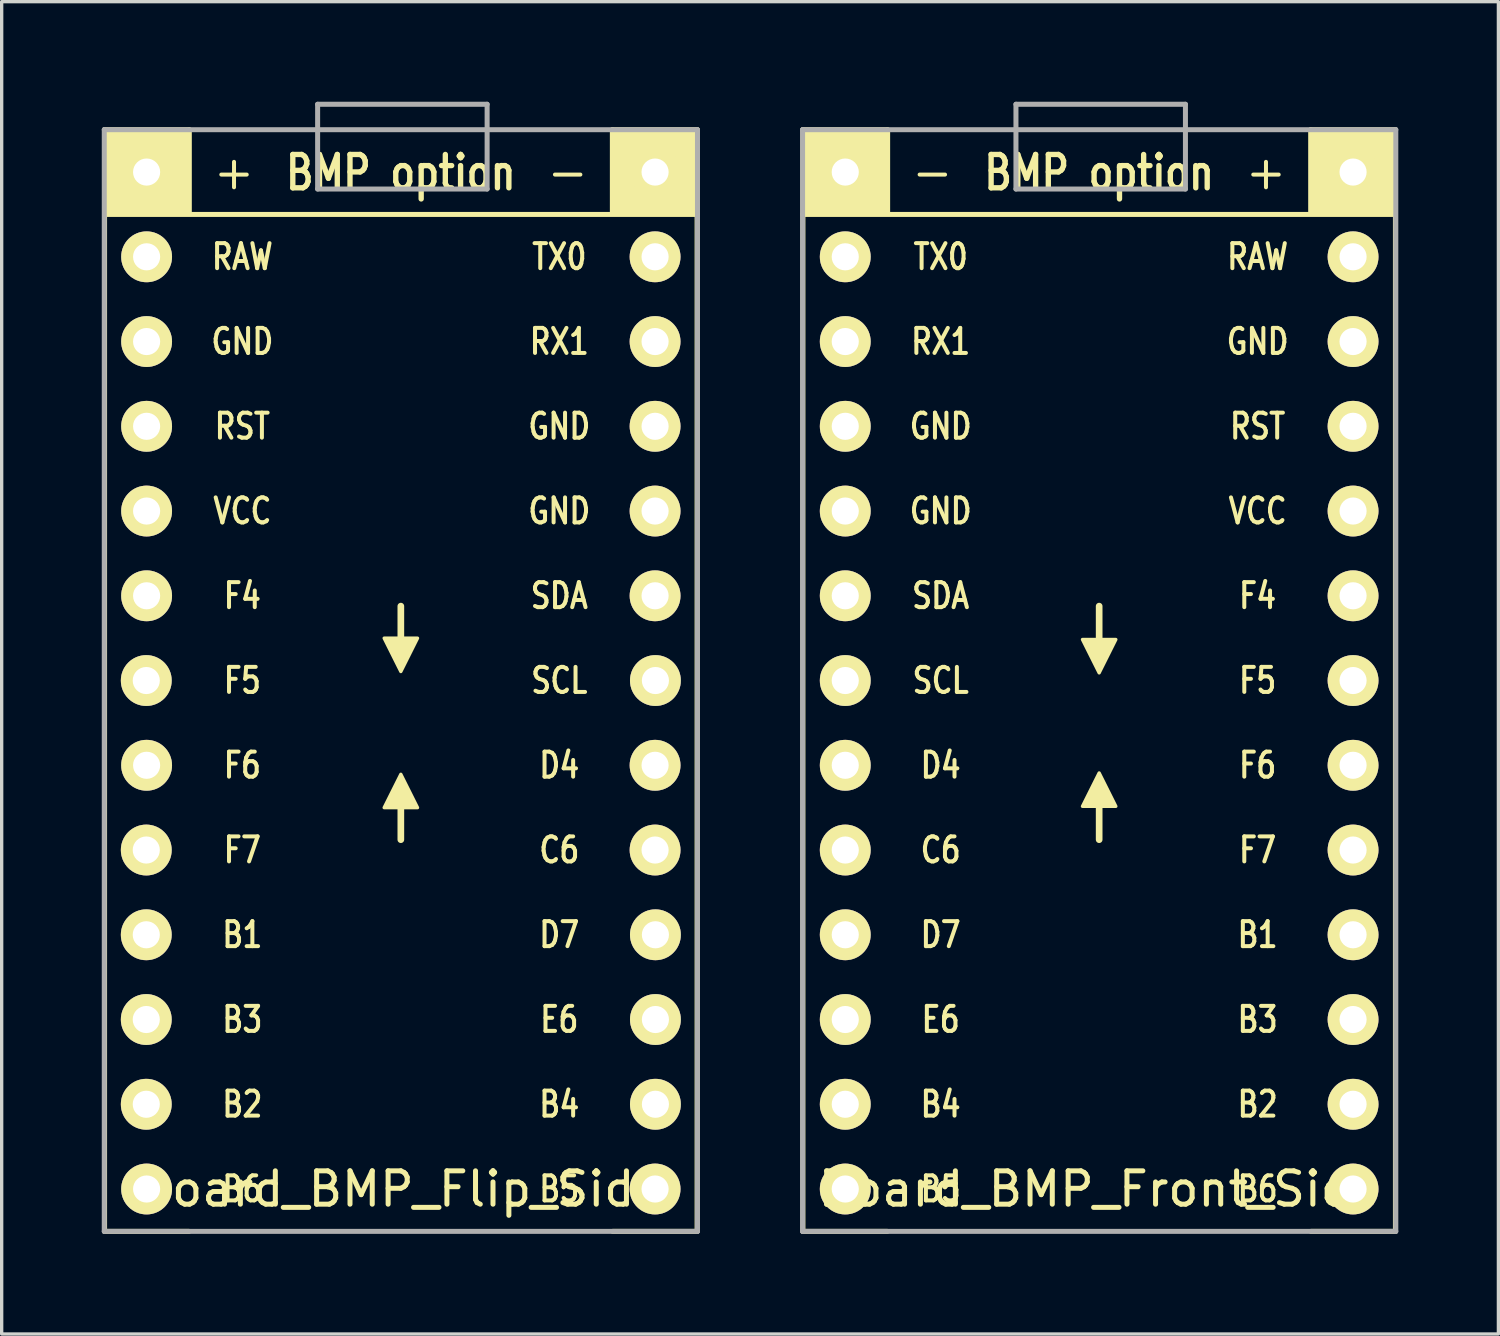
<source format=kicad_pcb>
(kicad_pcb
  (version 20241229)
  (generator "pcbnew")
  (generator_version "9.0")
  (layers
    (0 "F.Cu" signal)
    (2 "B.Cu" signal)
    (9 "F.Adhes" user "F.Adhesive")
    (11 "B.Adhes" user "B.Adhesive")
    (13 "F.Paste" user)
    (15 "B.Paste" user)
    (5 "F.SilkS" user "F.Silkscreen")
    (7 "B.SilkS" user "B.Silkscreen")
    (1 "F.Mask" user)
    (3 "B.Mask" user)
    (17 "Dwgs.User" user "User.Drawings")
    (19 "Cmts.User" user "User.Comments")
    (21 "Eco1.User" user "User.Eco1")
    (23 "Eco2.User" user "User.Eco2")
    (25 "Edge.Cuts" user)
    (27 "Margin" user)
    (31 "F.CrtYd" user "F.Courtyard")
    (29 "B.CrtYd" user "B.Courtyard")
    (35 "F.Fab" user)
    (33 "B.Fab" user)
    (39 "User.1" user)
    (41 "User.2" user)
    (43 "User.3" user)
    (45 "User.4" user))
  (footprint "Board_BMP_Flip_Side"
    (layer "F.Cu")
    (at 8.964 17.347)
    (property "Reference" "Board_BMP_Flip_Side" (at 0 15.24 0) (layer "F.SilkS") (effects (font (size 1 1) (thickness 0.15))))
    (attr through_hole)
    (fp_line (start -8.88 -16.51) (end -8.88 16.51) (stroke (width 0.15) (type solid)) (layer "F.SilkS"))
    (fp_line (start -8.88 16.51) (end -6.35 16.51) (stroke (width 0.15) (type solid)) (layer "F.SilkS"))
    (fp_line (start -6.35 -16.51) (end -8.88 -16.51) (stroke (width 0.15) (type solid)) (layer "F.SilkS"))
    (fp_line (start -6.34 -16.51) (end -6.34 -14.01) (stroke (width 0.15) (type solid)) (layer "F.SilkS"))
    (fp_line (start 0 -1.23) (end 0 -2.23) (stroke (width 0.2) (type solid)) (layer "F.SilkS"))
    (fp_line (start 0 3.77) (end 0 4.77) (stroke (width 0.2) (type solid)) (layer "F.SilkS"))
    (fp_line (start 6.34 -16.51) (end 6.34 -14.01) (stroke (width 0.15) (type solid)) (layer "F.SilkS"))
    (fp_line (start 6.35 16.51) (end 8.88 16.51) (stroke (width 0.15) (type solid)) (layer "F.SilkS"))
    (fp_line (start 8.88 -16.51) (end 6.34 -16.51) (stroke (width 0.15) (type solid)) (layer "F.SilkS"))
    (fp_line (start 8.88 16.51) (end 8.88 -16.51) (stroke (width 0.15) (type solid)) (layer "F.SilkS"))
    (fp_line (start 8.89 -13.97) (end -8.87 -13.97) (stroke (width 0.15) (type solid)) (layer "F.SilkS"))
    (fp_poly (pts (xy 0 -0.27) (xy 0.5 -1.27) (xy -0.5 -1.27)) (stroke (width 0.1) (type solid)) (fill yes) (layer "F.SilkS"))
    (fp_poly (pts (xy 0 2.81) (xy -0.5 3.81) (xy 0.5 3.81)) (stroke (width 0.1) (type solid)) (fill yes) (layer "F.SilkS"))
    (fp_poly (pts (xy -6.34 -14.01) (xy -8.88 -14.01) (xy -8.88 -16.51) (xy -6.34 -16.51)) (stroke (width 0.1) (type solid)) (fill yes) (layer "F.SilkS"))
    (fp_poly (pts (xy 8.84 -14.01) (xy 6.34 -14.01) (xy 6.34 -16.51) (xy 8.84 -16.51)) (stroke (width 0.1) (type solid)) (fill yes) (layer "F.SilkS"))
    (fp_line (start -8.889 -16.51) (end -8.889 16.51) (stroke (width 0.15) (type solid)) (layer "F.Fab"))
    (fp_line (start -8.889 16.51) (end 8.891 16.51) (stroke (width 0.15) (type solid)) (layer "F.Fab"))
    (fp_line (start -2.494 -17.272) (end 2.586 -17.272) (stroke (width 0.15) (type solid)) (layer "F.Fab"))
    (fp_line (start -2.494 -14.732) (end -2.494 -17.272) (stroke (width 0.15) (type solid)) (layer "F.Fab"))
    (fp_line (start 2.586 -17.272) (end 2.586 -14.732) (stroke (width 0.15) (type solid)) (layer "F.Fab"))
    (fp_line (start 2.586 -14.732) (end -2.494 -14.732) (stroke (width 0.15) (type solid)) (layer "F.Fab"))
    (fp_line (start 8.891 -16.51) (end -8.889 -16.51) (stroke (width 0.15) (type solid)) (layer "F.Fab"))
    (fp_line (start 8.891 16.51) (end 8.891 -16.51) (stroke (width 0.15) (type solid)) (layer "F.Fab"))
    (fp_text user "F4" (at -4.75 -2.54 0) (layer "F.SilkS") (effects (font (size 0.75 0.6) (thickness 0.12))))
    (fp_text user "RX1" (at 4.75 -10.16 0) (layer "F.SilkS") (effects (font (size 0.75 0.6) (thickness 0.12))))
    (fp_text user "B5" (at 4.75 15.24 0) (layer "F.SilkS") (effects (font (size 0.75 0.6) (thickness 0.12))))
    (fp_text user "F6" (at -4.75 2.54 0) (layer "F.SilkS") (effects (font (size 0.75 0.6) (thickness 0.12))))
    (fp_text user "E6" (at 4.75 10.16 0) (layer "F.SilkS") (effects (font (size 0.75 0.6) (thickness 0.12))))
    (fp_text user "BMP option" (at 0 -15.222 0) (unlocked yes) (layer "F.SilkS") (effects (font (size 1 0.8) (thickness 0.16))))
    (fp_text user "D4" (at 4.75 2.54 0) (layer "F.SilkS") (effects (font (size 0.75 0.6) (thickness 0.12))))
    (fp_text user "VCC" (at -4.75 -5.08 0) (layer "F.SilkS") (effects (font (size 0.75 0.6) (thickness 0.12))))
    (fp_text user "B4" (at 4.75 12.7 0) (layer "F.SilkS") (effects (font (size 0.75 0.6) (thickness 0.12))))
    (fp_text user "GND" (at -4.75 -10.16 0) (layer "F.SilkS") (effects (font (size 0.75 0.6) (thickness 0.12))))
    (fp_text user "GND" (at 4.75 -7.62 0) (layer "F.SilkS") (effects (font (size 0.75 0.6) (thickness 0.12))))
    (fp_text user "SCL" (at 4.75 0 0) (layer "F.SilkS") (effects (font (size 0.75 0.6) (thickness 0.12))))
    (fp_text user "RAW" (at -4.75 -12.7 0) (layer "F.SilkS") (effects (font (size 0.75 0.6) (thickness 0.12))))
    (fp_text user "RST" (at -4.75 -7.62 0) (layer "F.SilkS") (effects (font (size 0.75 0.6) (thickness 0.12))))
    (fp_text user "B3" (at -4.75 10.16 0) (layer "F.SilkS") (effects (font (size 0.75 0.6) (thickness 0.12))))
    (fp_text user "B1" (at -4.75 7.62 0) (layer "F.SilkS") (effects (font (size 0.75 0.6) (thickness 0.12))))
    (fp_text user "C6" (at 4.75 5.08 0) (layer "F.SilkS") (effects (font (size 0.75 0.6) (thickness 0.12))))
    (fp_text user "+" (at -5 -15.24 0) (layer "F.SilkS") (effects (font (size 1 1) (thickness 0.12))))
    (fp_text user "SDA" (at 4.75 -2.54 0) (layer "F.SilkS") (effects (font (size 0.75 0.6) (thickness 0.12))))
    (fp_text user "D7" (at 4.75 7.62 0) (layer "F.SilkS") (effects (font (size 0.75 0.6) (thickness 0.12))))
    (fp_text user "-" (at 5 -15.24 0) (layer "F.SilkS") (effects (font (size 1 1) (thickness 0.12))))
    (fp_text user "GND" (at 4.75 -5.08 0) (layer "F.SilkS") (effects (font (size 0.75 0.6) (thickness 0.12))))
    (fp_text user "B2" (at -4.75 12.7 0) (layer "F.SilkS") (effects (font (size 0.75 0.6) (thickness 0.12))))
    (fp_text user "TX0" (at 4.75 -12.7 0) (layer "F.SilkS") (effects (font (size 0.75 0.6) (thickness 0.12))))
    (fp_text user "F5" (at -4.75 0 0) (layer "F.SilkS") (effects (font (size 0.75 0.6) (thickness 0.12))))
    (fp_text user "B6" (at -4.75 15.24 0) (layer "F.SilkS") (effects (font (size 0.75 0.6) (thickness 0.12))))
    (fp_text user "F7" (at -4.75 5.08 0) (layer "F.SilkS") (effects (font (size 0.75 0.6) (thickness 0.12))))
    (pad "1" thru_hole circle (at 7.62 -12.7 90) (size 1.524 1.524) (drill 0.813) (layers "*.Cu" "*.Mask" "F.SilkS"))
    (pad "2" thru_hole circle (at 7.62 -10.16) (size 1.524 1.524) (drill 0.813) (layers "*.Cu" "*.Mask" "F.SilkS"))
    (pad "3" thru_hole circle (at 7.62 -7.62) (size 1.524 1.524) (drill 0.813) (layers "*.Cu" "*.Mask" "F.SilkS"))
    (pad "4" thru_hole circle (at 7.62 -5.08) (size 1.524 1.524) (drill 0.813) (layers "*.Cu" "*.Mask" "F.SilkS"))
    (pad "5" thru_hole circle (at 7.62 -2.54) (size 1.524 1.524) (drill 0.813) (layers "*.Cu" "*.Mask" "F.SilkS"))
    (pad "6" thru_hole circle (at 7.63 0) (size 1.524 1.524) (drill 0.813) (layers "*.Cu" "*.Mask" "F.SilkS"))
    (pad "7" thru_hole circle (at 7.62 2.54) (size 1.524 1.524) (drill 0.813) (layers "*.Cu" "*.Mask" "F.SilkS"))
    (pad "8" thru_hole circle (at 7.62 5.08) (size 1.524 1.524) (drill 0.813) (layers "*.Cu" "*.Mask" "F.SilkS"))
    (pad "9" thru_hole circle (at 7.63 7.62) (size 1.524 1.524) (drill 0.813) (layers "*.Cu" "*.Mask" "F.SilkS"))
    (pad "10" thru_hole circle (at 7.63 10.16) (size 1.524 1.524) (drill 0.813) (layers "*.Cu" "*.Mask" "F.SilkS"))
    (pad "11" thru_hole circle (at 7.63 12.7) (size 1.524 1.524) (drill 0.813) (layers "*.Cu" "*.Mask" "F.SilkS"))
    (pad "12" thru_hole circle (at 7.62 15.24) (size 1.524 1.524) (drill 0.813) (layers "*.Cu" "*.Mask" "F.SilkS"))
    (pad "13" thru_hole circle (at -7.62 15.24) (size 1.524 1.524) (drill 0.813) (layers "*.Cu" "*.Mask" "F.SilkS"))
    (pad "14" thru_hole circle (at -7.63 12.7) (size 1.524 1.524) (drill 0.813) (layers "*.Cu" "*.Mask" "F.SilkS"))
    (pad "15" thru_hole circle (at -7.63 10.16) (size 1.524 1.524) (drill 0.813) (layers "*.Cu" "*.Mask" "F.SilkS"))
    (pad "16" thru_hole circle (at -7.63 7.62) (size 1.524 1.524) (drill 0.813) (layers "*.Cu" "*.Mask" "F.SilkS"))
    (pad "17" thru_hole circle (at -7.63 5.08) (size 1.524 1.524) (drill 0.813) (layers "*.Cu" "*.Mask" "F.SilkS"))
    (pad "18" thru_hole circle (at -7.62 2.54) (size 1.524 1.524) (drill 0.813) (layers "*.Cu" "*.Mask" "F.SilkS"))
    (pad "19" thru_hole circle (at -7.63 0) (size 1.524 1.524) (drill 0.813) (layers "*.Cu" "*.Mask" "F.SilkS"))
    (pad "20" thru_hole circle (at -7.62 -2.54) (size 1.524 1.524) (drill 0.813) (layers "*.Cu" "*.Mask" "F.SilkS"))
    (pad "21" thru_hole circle (at -7.62 -5.08) (size 1.524 1.524) (drill 0.813) (layers "*.Cu" "*.Mask" "F.SilkS"))
    (pad "22" thru_hole circle (at -7.62 -7.62) (size 1.524 1.524) (drill 0.813) (layers "*.Cu" "*.Mask" "F.SilkS"))
    (pad "23" thru_hole circle (at -7.62 -10.16) (size 1.524 1.524) (drill 0.813) (layers "*.Cu" "*.Mask" "F.SilkS"))
    (pad "24" thru_hole circle (at -7.62 -12.7) (size 1.524 1.524) (drill 0.813) (layers "*.Cu" "*.Mask" "F.SilkS"))
    (pad "25" thru_hole circle (at -7.62 -15.24) (size 1.524 1.524) (drill 0.813) (layers "*.Cu" "*.Mask" "F.SilkS"))
    (pad "26" thru_hole circle (at 7.62 -15.24) (size 1.524 1.524) (drill 0.813) (layers "*.Cu" "*.Mask" "F.SilkS")))
  (footprint "Board_BMP_Front_Side"
    (layer "F.Cu")
    (at 29.894 17.347)
    (property "Reference" "Board_BMP_Front_Side" (at 0 15.24 0) (layer "F.SilkS") (effects (font (size 1 1) (thickness 0.15))))
    (attr through_hole)
    (fp_line (start -8.88 -16.51) (end -8.88 16.51) (stroke (width 0.15) (type solid)) (layer "F.SilkS"))
    (fp_line (start -8.88 16.51) (end -6.35 16.51) (stroke (width 0.15) (type solid)) (layer "F.SilkS"))
    (fp_line (start -6.35 -16.51) (end -8.88 -16.51) (stroke (width 0.15) (type solid)) (layer "F.SilkS"))
    (fp_line (start -6.34 -16.51) (end -6.34 -14.01) (stroke (width 0.15) (type solid)) (layer "F.SilkS"))
    (fp_line (start 0 -1.23) (end 0 -2.23) (stroke (width 0.2) (type solid)) (layer "F.SilkS"))
    (fp_line (start 0 3.77) (end 0 4.77) (stroke (width 0.2) (type solid)) (layer "F.SilkS"))
    (fp_line (start 6.34 -16.51) (end 6.34 -14.01) (stroke (width 0.15) (type solid)) (layer "F.SilkS"))
    (fp_line (start 6.35 16.51) (end 8.88 16.51) (stroke (width 0.15) (type solid)) (layer "F.SilkS"))
    (fp_line (start 8.88 -16.51) (end 6.34 -16.51) (stroke (width 0.15) (type solid)) (layer "F.SilkS"))
    (fp_line (start 8.88 -13.97) (end -8.88 -13.97) (stroke (width 0.15) (type solid)) (layer "F.SilkS"))
    (fp_line (start 8.88 16.51) (end 8.88 -16.51) (stroke (width 0.15) (type solid)) (layer "F.SilkS"))
    (fp_poly (pts (xy 0 -0.23) (xy -0.5 -1.23) (xy 0.5 -1.23)) (stroke (width 0.1) (type solid)) (fill yes) (layer "F.SilkS"))
    (fp_poly (pts (xy 0 2.77) (xy 0.5 3.77) (xy -0.5 3.77)) (stroke (width 0.1) (type solid)) (fill yes) (layer "F.SilkS"))
    (fp_poly (pts (xy -6.34 -14.01) (xy -8.88 -14.01) (xy -8.88 -16.51) (xy -6.34 -16.51)) (stroke (width 0.1) (type solid)) (fill yes) (layer "F.SilkS"))
    (fp_poly (pts (xy 8.84 -14.01) (xy 6.34 -14.01) (xy 6.34 -16.51) (xy 8.84 -16.51)) (stroke (width 0.1) (type solid)) (fill yes) (layer "F.SilkS"))
    (fp_line (start -8.889 -16.51) (end -8.889 16.51) (stroke (width 0.15) (type solid)) (layer "F.Fab"))
    (fp_line (start -8.889 16.51) (end 8.891 16.51) (stroke (width 0.15) (type solid)) (layer "F.Fab"))
    (fp_line (start -2.494 -17.272) (end 2.586 -17.272) (stroke (width 0.15) (type solid)) (layer "F.Fab"))
    (fp_line (start -2.494 -14.732) (end -2.494 -17.272) (stroke (width 0.15) (type solid)) (layer "F.Fab"))
    (fp_line (start 2.586 -17.272) (end 2.586 -14.732) (stroke (width 0.15) (type solid)) (layer "F.Fab"))
    (fp_line (start 2.586 -14.732) (end -2.494 -14.732) (stroke (width 0.15) (type solid)) (layer "F.Fab"))
    (fp_line (start 8.891 -16.51) (end -8.889 -16.51) (stroke (width 0.15) (type solid)) (layer "F.Fab"))
    (fp_line (start 8.891 16.51) (end 8.891 -16.51) (stroke (width 0.15) (type solid)) (layer "F.Fab"))
    (fp_text user "F6" (at 4.75 2.54 0) (layer "F.SilkS") (effects (font (size 0.75 0.6) (thickness 0.12))))
    (fp_text user "D4" (at -4.75 2.54 0) (layer "F.SilkS") (effects (font (size 0.75 0.6) (thickness 0.12))))
    (fp_text user "+" (at 5 -15.24 0) (layer "F.SilkS") (effects (font (size 1 1) (thickness 0.12))))
    (fp_text user "RAW" (at 4.75 -12.7 0) (layer "F.SilkS") (effects (font (size 0.75 0.6) (thickness 0.12))))
    (fp_text user "GND" (at 4.75 -10.16 0) (layer "F.SilkS") (effects (font (size 0.75 0.6) (thickness 0.12))))
    (fp_text user "GND" (at -4.75 -7.62 0) (layer "F.SilkS") (effects (font (size 0.75 0.6) (thickness 0.12))))
    (fp_text user "B4" (at -4.75 12.7 0) (layer "F.SilkS") (effects (font (size 0.75 0.6) (thickness 0.12))))
    (fp_text user "VCC" (at 4.75 -5.08 0) (layer "F.SilkS") (effects (font (size 0.75 0.6) (thickness 0.12))))
    (fp_text user "B1" (at 4.75 7.62 0) (layer "F.SilkS") (effects (font (size 0.75 0.6) (thickness 0.12))))
    (fp_text user "B3" (at 4.75 10.16 0) (layer "F.SilkS") (effects (font (size 0.75 0.6) (thickness 0.12))))
    (fp_text user "RST" (at 4.75 -7.62 0) (layer "F.SilkS") (effects (font (size 0.75 0.6) (thickness 0.12))))
    (fp_text user "SDA" (at -4.75 -2.54 0) (layer "F.SilkS") (effects (font (size 0.75 0.6) (thickness 0.12))))
    (fp_text user "GND" (at -4.75 -5.08 0) (layer "F.SilkS") (effects (font (size 0.75 0.6) (thickness 0.12))))
    (fp_text user "SCL" (at -4.75 0 0) (layer "F.SilkS") (effects (font (size 0.75 0.6) (thickness 0.12))))
    (fp_text user "F4" (at 4.75 -2.54 0) (layer "F.SilkS") (effects (font (size 0.75 0.6) (thickness 0.12))))
    (fp_text user "F5" (at 4.75 0 0) (layer "F.SilkS") (effects (font (size 0.75 0.6) (thickness 0.12))))
    (fp_text user "TX0" (at -4.75 -12.7 0) (layer "F.SilkS") (effects (font (size 0.75 0.6) (thickness 0.12))))
    (fp_text user "B6" (at 4.75 15.24 0) (layer "F.SilkS") (effects (font (size 0.75 0.6) (thickness 0.12))))
    (fp_text user "B2" (at 4.75 12.7 0) (layer "F.SilkS") (effects (font (size 0.75 0.6) (thickness 0.12))))
    (fp_text user "B5" (at -4.75 15.24 0) (layer "F.SilkS") (effects (font (size 0.75 0.6) (thickness 0.12))))
    (fp_text user "-" (at -5 -15.24 0) (layer "F.SilkS") (effects (font (size 1 1) (thickness 0.12))))
    (fp_text user "C6" (at -4.75 5.08 0) (layer "F.SilkS") (effects (font (size 0.75 0.6) (thickness 0.12))))
    (fp_text user "E6" (at -4.75 10.16 0) (layer "F.SilkS") (effects (font (size 0.75 0.6) (thickness 0.12))))
    (fp_text user "BMP option" (at 0 -15.222 0) (unlocked yes) (layer "F.SilkS") (effects (font (size 1 0.8) (thickness 0.16))))
    (fp_text user "D7" (at -4.75 7.62 0) (layer "F.SilkS") (effects (font (size 0.75 0.6) (thickness 0.12))))
    (fp_text user "F7" (at 4.75 5.08 0) (layer "F.SilkS") (effects (font (size 0.75 0.6) (thickness 0.12))))
    (fp_text user "RX1" (at -4.75 -10.16 0) (layer "F.SilkS") (effects (font (size 0.75 0.6) (thickness 0.12))))
    (pad "1" thru_hole circle (at -7.61 12.7 90) (size 1.524 1.524) (drill 0.813) (layers "*.Cu" "*.Mask" "F.SilkS"))
    (pad "2" thru_hole circle (at -7.61 10.16) (size 1.524 1.524) (drill 0.813) (layers "*.Cu" "*.Mask" "F.SilkS"))
    (pad "3" thru_hole circle (at -7.61 7.62) (size 1.524 1.524) (drill 0.813) (layers "*.Cu" "*.Mask" "F.SilkS"))
    (pad "4" thru_hole circle (at -7.61 5.08) (size 1.524 1.524) (drill 0.813) (layers "*.Cu" "*.Mask" "F.SilkS"))
    (pad "5" thru_hole circle (at -7.61 2.54) (size 1.524 1.524) (drill 0.813) (layers "*.Cu" "*.Mask" "F.SilkS"))
    (pad "6" thru_hole circle (at -7.61 0) (size 1.524 1.524) (drill 0.813) (layers "*.Cu" "*.Mask" "F.SilkS"))
    (pad "7" thru_hole circle (at -7.61 -2.54) (size 1.524 1.524) (drill 0.813) (layers "*.Cu" "*.Mask" "F.SilkS"))
    (pad "8" thru_hole circle (at -7.61 -5.08) (size 1.524 1.524) (drill 0.813) (layers "*.Cu" "*.Mask" "F.SilkS"))
    (pad "9" thru_hole circle (at -7.61 -7.62) (size 1.524 1.524) (drill 0.813) (layers "*.Cu" "*.Mask" "F.SilkS"))
    (pad "10" thru_hole circle (at -7.61 -10.16) (size 1.524 1.524) (drill 0.813) (layers "*.Cu" "*.Mask" "F.SilkS"))
    (pad "11" thru_hole circle (at -7.61 -12.7) (size 1.524 1.524) (drill 0.813) (layers "*.Cu" "*.Mask" "F.SilkS"))
    (pad "12" thru_hole circle (at -7.61 -15.24) (size 1.524 1.524) (drill 0.813) (layers "*.Cu" "*.Mask" "F.SilkS"))
    (pad "13" thru_hole circle (at 7.61 -15.24) (size 1.524 1.524) (drill 0.813) (layers "*.Cu" "*.Mask" "F.SilkS"))
    (pad "14" thru_hole circle (at 7.61 -12.7) (size 1.524 1.524) (drill 0.813) (layers "*.Cu" "*.Mask" "F.SilkS"))
    (pad "15" thru_hole circle (at 7.61 -10.16) (size 1.524 1.524) (drill 0.813) (layers "*.Cu" "*.Mask" "F.SilkS"))
    (pad "16" thru_hole circle (at 7.61 -7.62) (size 1.524 1.524) (drill 0.813) (layers "*.Cu" "*.Mask" "F.SilkS"))
    (pad "17" thru_hole circle (at 7.61 -5.08) (size 1.524 1.524) (drill 0.813) (layers "*.Cu" "*.Mask" "F.SilkS"))
    (pad "18" thru_hole circle (at 7.61 -2.54) (size 1.524 1.524) (drill 0.813) (layers "*.Cu" "*.Mask" "F.SilkS"))
    (pad "19" thru_hole circle (at 7.61 0) (size 1.524 1.524) (drill 0.813) (layers "*.Cu" "*.Mask" "F.SilkS"))
    (pad "20" thru_hole circle (at 7.61 2.54) (size 1.524 1.524) (drill 0.813) (layers "*.Cu" "*.Mask" "F.SilkS"))
    (pad "21" thru_hole circle (at 7.61 5.08) (size 1.524 1.524) (drill 0.813) (layers "*.Cu" "*.Mask" "F.SilkS"))
    (pad "22" thru_hole circle (at 7.61 7.62) (size 1.524 1.524) (drill 0.813) (layers "*.Cu" "*.Mask" "F.SilkS"))
    (pad "23" thru_hole circle (at 7.61 10.16) (size 1.524 1.524) (drill 0.813) (layers "*.Cu" "*.Mask" "F.SilkS"))
    (pad "24" thru_hole circle (at 7.61 12.7) (size 1.524 1.524) (drill 0.813) (layers "*.Cu" "*.Mask" "F.SilkS"))
    (pad "25" thru_hole circle (at 7.61 15.24) (size 1.524 1.524) (drill 0.813) (layers "*.Cu" "*.Mask" "F.SilkS"))
    (pad "26" thru_hole circle (at -7.61 15.24) (size 1.524 1.524) (drill 0.813) (layers "*.Cu" "*.Mask" "F.SilkS")))
  (gr_rect
    (start -3 -3)
    (end 41.86 36.932)
    (stroke (width 0.1) (type default))
    (fill no)
    (layer "Edge.Cuts")))
</source>
